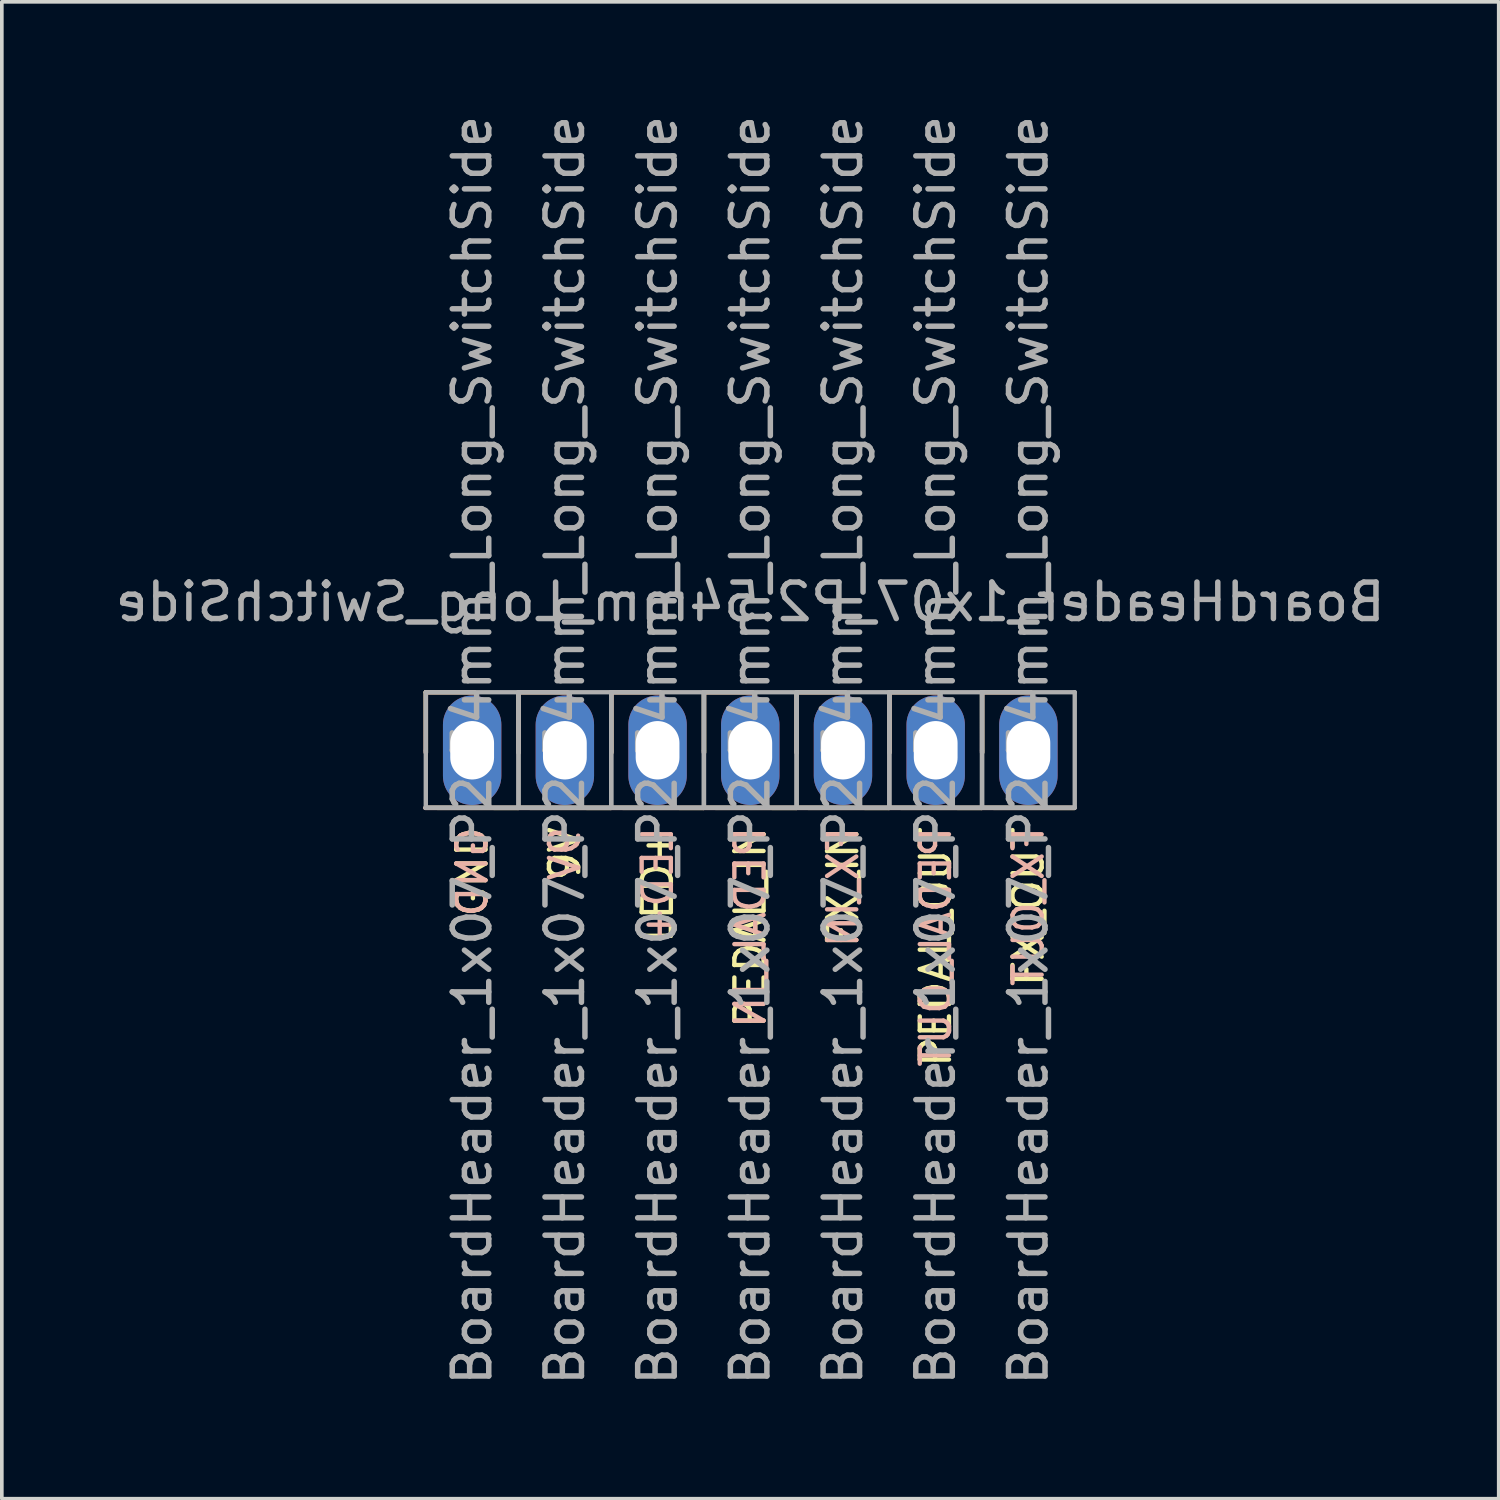
<source format=kicad_pcb>
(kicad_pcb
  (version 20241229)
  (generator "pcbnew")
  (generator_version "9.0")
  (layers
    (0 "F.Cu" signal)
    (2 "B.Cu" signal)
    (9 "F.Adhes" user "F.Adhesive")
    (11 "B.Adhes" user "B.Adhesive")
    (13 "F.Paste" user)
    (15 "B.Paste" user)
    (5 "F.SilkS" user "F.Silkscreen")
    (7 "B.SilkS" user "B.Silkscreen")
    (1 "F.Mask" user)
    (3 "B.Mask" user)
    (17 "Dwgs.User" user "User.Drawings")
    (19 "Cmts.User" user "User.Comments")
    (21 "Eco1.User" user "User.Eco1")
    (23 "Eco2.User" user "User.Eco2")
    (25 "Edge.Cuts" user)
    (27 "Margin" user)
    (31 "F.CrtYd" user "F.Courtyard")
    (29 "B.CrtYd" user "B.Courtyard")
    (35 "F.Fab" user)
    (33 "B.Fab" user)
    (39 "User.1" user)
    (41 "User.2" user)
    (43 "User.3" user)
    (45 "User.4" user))
  (footprint "BoardHeader_1x07_P2.54mm_Long_SwitchSide"
    (layer "F.Cu")
    (at 17.506 17.506)
    (property "Reference" "BoardHeader_1x07_P2.54mm_Long_SwitchSide" (at 0 -4.064 0) (layer "F.Fab") (effects (font (size 1 1) (thickness 0.15)) (justify mirror)))
    (attr through_hole)
    (fp_line (start -8.9 1.577) (end -6.36 1.58) (stroke (width 0.12) (type solid)) (layer "F.SilkS"))
    (fp_line (start -8.89 -1.59) (end -7.56 -1.59) (stroke (width 0.12) (type solid)) (layer "F.SilkS"))
    (fp_line (start -8.886 0.064) (end -8.89 -1.59) (stroke (width 0.12) (type solid)) (layer "F.SilkS"))
    (fp_line (start -6.36 1.577) (end -3.82 1.58) (stroke (width 0.12) (type solid)) (layer "F.SilkS"))
    (fp_line (start -6.35 -1.59) (end -5.02 -1.59) (stroke (width 0.12) (type solid)) (layer "F.SilkS"))
    (fp_line (start -6.346 0.064) (end -6.35 -1.59) (stroke (width 0.12) (type solid)) (layer "F.SilkS"))
    (fp_line (start -3.82 1.577) (end -1.28 1.58) (stroke (width 0.12) (type solid)) (layer "F.SilkS"))
    (fp_line (start -3.81 -1.59) (end -2.48 -1.59) (stroke (width 0.12) (type solid)) (layer "F.SilkS"))
    (fp_line (start -3.807 0.064) (end -3.81 -1.59) (stroke (width 0.12) (type solid)) (layer "F.SilkS"))
    (fp_line (start -1.28 1.577) (end 1.26 1.58) (stroke (width 0.12) (type solid)) (layer "F.SilkS"))
    (fp_line (start -1.27 -1.59) (end 0.06 -1.59) (stroke (width 0.12) (type solid)) (layer "F.SilkS"))
    (fp_line (start -1.266 0.064) (end -1.27 -1.59) (stroke (width 0.12) (type solid)) (layer "F.SilkS"))
    (fp_line (start 1.26 1.577) (end 3.8 1.58) (stroke (width 0.12) (type solid)) (layer "F.SilkS"))
    (fp_line (start 1.27 -1.59) (end 2.6 -1.59) (stroke (width 0.12) (type solid)) (layer "F.SilkS"))
    (fp_line (start 1.274 0.064) (end 1.27 -1.59) (stroke (width 0.12) (type solid)) (layer "F.SilkS"))
    (fp_line (start 3.8 1.577) (end 6.34 1.58) (stroke (width 0.12) (type solid)) (layer "F.SilkS"))
    (fp_line (start 3.81 -1.59) (end 5.14 -1.59) (stroke (width 0.12) (type solid)) (layer "F.SilkS"))
    (fp_line (start 3.813 0.064) (end 3.81 -1.59) (stroke (width 0.12) (type solid)) (layer "F.SilkS"))
    (fp_line (start 6.34 1.577) (end 8.88 1.58) (stroke (width 0.12) (type solid)) (layer "F.SilkS"))
    (fp_line (start 6.35 -1.59) (end 7.68 -1.59) (stroke (width 0.12) (type solid)) (layer "F.SilkS"))
    (fp_line (start 6.354 0.064) (end 6.35 -1.59) (stroke (width 0.12) (type solid)) (layer "F.SilkS"))
    (fp_line (start -8.9 1.58) (end -6.36 1.58) (stroke (width 0.12) (type solid)) (layer "B.SilkS"))
    (fp_line (start -8.89 0.064) (end -8.886 -1.59) (stroke (width 0.12) (type solid)) (layer "B.SilkS"))
    (fp_line (start -8.886 -1.59) (end -7.556 -1.59) (stroke (width 0.12) (type solid)) (layer "B.SilkS"))
    (fp_line (start -6.36 1.58) (end -3.82 1.58) (stroke (width 0.12) (type solid)) (layer "B.SilkS"))
    (fp_line (start -6.35 0.064) (end -6.346 -1.59) (stroke (width 0.12) (type solid)) (layer "B.SilkS"))
    (fp_line (start -6.346 -1.59) (end -5.016 -1.59) (stroke (width 0.12) (type solid)) (layer "B.SilkS"))
    (fp_line (start -3.82 1.58) (end -1.28 1.58) (stroke (width 0.12) (type solid)) (layer "B.SilkS"))
    (fp_line (start -3.81 0.064) (end -3.807 -1.59) (stroke (width 0.12) (type solid)) (layer "B.SilkS"))
    (fp_line (start -3.807 -1.59) (end -2.477 -1.59) (stroke (width 0.12) (type solid)) (layer "B.SilkS"))
    (fp_line (start -1.28 1.58) (end 1.26 1.58) (stroke (width 0.12) (type solid)) (layer "B.SilkS"))
    (fp_line (start -1.27 0.064) (end -1.266 -1.59) (stroke (width 0.12) (type solid)) (layer "B.SilkS"))
    (fp_line (start -1.266 -1.59) (end 0.064 -1.59) (stroke (width 0.12) (type solid)) (layer "B.SilkS"))
    (fp_line (start 1.26 1.58) (end 3.8 1.58) (stroke (width 0.12) (type solid)) (layer "B.SilkS"))
    (fp_line (start 1.27 0.064) (end 1.274 -1.59) (stroke (width 0.12) (type solid)) (layer "B.SilkS"))
    (fp_line (start 1.274 -1.59) (end 2.603 -1.59) (stroke (width 0.12) (type solid)) (layer "B.SilkS"))
    (fp_line (start 3.8 1.58) (end 6.34 1.58) (stroke (width 0.12) (type solid)) (layer "B.SilkS"))
    (fp_line (start 3.81 0.064) (end 3.813 -1.59) (stroke (width 0.12) (type solid)) (layer "B.SilkS"))
    (fp_line (start 3.813 -1.59) (end 5.144 -1.59) (stroke (width 0.12) (type solid)) (layer "B.SilkS"))
    (fp_line (start 6.34 1.58) (end 8.88 1.58) (stroke (width 0.12) (type solid)) (layer "B.SilkS"))
    (fp_line (start 6.35 0.064) (end 6.354 -1.59) (stroke (width 0.12) (type solid)) (layer "B.SilkS"))
    (fp_line (start 6.354 -1.59) (end 7.684 -1.59) (stroke (width 0.12) (type solid)) (layer "B.SilkS"))
    (fp_line (start -8.89 -1.59) (end -6.35 -1.59) (stroke (width 0.12) (type solid)) (layer "F.Fab"))
    (fp_line (start -8.89 0.01) (end -8.89 -1.59) (stroke (width 0.12) (type solid)) (layer "F.Fab"))
    (fp_line (start -8.89 1.57) (end -8.89 0.01) (stroke (width 0.12) (type solid)) (layer "F.Fab"))
    (fp_line (start -6.36 1.58) (end -8.9 1.58) (stroke (width 0.1) (type solid)) (layer "F.Fab"))
    (fp_line (start -6.35 -1.59) (end -6.35 1.57) (stroke (width 0.12) (type solid)) (layer "F.Fab"))
    (fp_line (start -6.35 -1.59) (end -3.81 -1.59) (stroke (width 0.12) (type solid)) (layer "F.Fab"))
    (fp_line (start -6.35 0.01) (end -6.35 -1.59) (stroke (width 0.12) (type solid)) (layer "F.Fab"))
    (fp_line (start -6.35 1.57) (end -8.89 1.57) (stroke (width 0.12) (type solid)) (layer "F.Fab"))
    (fp_line (start -6.35 1.57) (end -6.35 0.01) (stroke (width 0.12) (type solid)) (layer "F.Fab"))
    (fp_line (start -3.82 1.58) (end -6.36 1.58) (stroke (width 0.1) (type solid)) (layer "F.Fab"))
    (fp_line (start -3.81 -1.59) (end -3.81 1.57) (stroke (width 0.12) (type solid)) (layer "F.Fab"))
    (fp_line (start -3.81 -1.59) (end -1.27 -1.59) (stroke (width 0.12) (type solid)) (layer "F.Fab"))
    (fp_line (start -3.81 0.01) (end -3.81 -1.59) (stroke (width 0.12) (type solid)) (layer "F.Fab"))
    (fp_line (start -3.81 1.57) (end -6.35 1.57) (stroke (width 0.12) (type solid)) (layer "F.Fab"))
    (fp_line (start -3.81 1.57) (end -3.81 0.01) (stroke (width 0.12) (type solid)) (layer "F.Fab"))
    (fp_line (start -1.28 1.58) (end -3.82 1.58) (stroke (width 0.1) (type solid)) (layer "F.Fab"))
    (fp_line (start -1.27 -1.59) (end -1.27 1.57) (stroke (width 0.12) (type solid)) (layer "F.Fab"))
    (fp_line (start -1.27 -1.59) (end 1.27 -1.59) (stroke (width 0.12) (type solid)) (layer "F.Fab"))
    (fp_line (start -1.27 0.01) (end -1.27 -1.59) (stroke (width 0.12) (type solid)) (layer "F.Fab"))
    (fp_line (start -1.27 1.57) (end -3.81 1.57) (stroke (width 0.12) (type solid)) (layer "F.Fab"))
    (fp_line (start -1.27 1.57) (end -1.27 0.01) (stroke (width 0.12) (type solid)) (layer "F.Fab"))
    (fp_line (start 1.26 1.58) (end -1.28 1.58) (stroke (width 0.1) (type solid)) (layer "F.Fab"))
    (fp_line (start 1.27 -1.59) (end 1.27 1.57) (stroke (width 0.12) (type solid)) (layer "F.Fab"))
    (fp_line (start 1.27 -1.59) (end 3.81 -1.59) (stroke (width 0.12) (type solid)) (layer "F.Fab"))
    (fp_line (start 1.27 0.01) (end 1.27 -1.59) (stroke (width 0.12) (type solid)) (layer "F.Fab"))
    (fp_line (start 1.27 1.57) (end -1.27 1.57) (stroke (width 0.12) (type solid)) (layer "F.Fab"))
    (fp_line (start 1.27 1.57) (end 1.27 0.01) (stroke (width 0.12) (type solid)) (layer "F.Fab"))
    (fp_line (start 3.8 1.58) (end 1.26 1.58) (stroke (width 0.1) (type solid)) (layer "F.Fab"))
    (fp_line (start 3.81 -1.59) (end 3.81 1.57) (stroke (width 0.12) (type solid)) (layer "F.Fab"))
    (fp_line (start 3.81 -1.59) (end 6.35 -1.59) (stroke (width 0.12) (type solid)) (layer "F.Fab"))
    (fp_line (start 3.81 0.01) (end 3.81 -1.59) (stroke (width 0.12) (type solid)) (layer "F.Fab"))
    (fp_line (start 3.81 1.57) (end 1.27 1.57) (stroke (width 0.12) (type solid)) (layer "F.Fab"))
    (fp_line (start 3.81 1.57) (end 3.81 0.01) (stroke (width 0.12) (type solid)) (layer "F.Fab"))
    (fp_line (start 6.34 1.58) (end 3.8 1.58) (stroke (width 0.1) (type solid)) (layer "F.Fab"))
    (fp_line (start 6.35 -1.59) (end 6.35 1.57) (stroke (width 0.12) (type solid)) (layer "F.Fab"))
    (fp_line (start 6.35 -1.59) (end 8.89 -1.59) (stroke (width 0.12) (type solid)) (layer "F.Fab"))
    (fp_line (start 6.35 0.01) (end 6.35 -1.59) (stroke (width 0.12) (type solid)) (layer "F.Fab"))
    (fp_line (start 6.35 1.57) (end 3.81 1.57) (stroke (width 0.12) (type solid)) (layer "F.Fab"))
    (fp_line (start 6.35 1.57) (end 6.35 0.01) (stroke (width 0.12) (type solid)) (layer "F.Fab"))
    (fp_line (start 8.88 1.58) (end 6.34 1.58) (stroke (width 0.1) (type solid)) (layer "F.Fab"))
    (fp_line (start 8.89 -1.59) (end 8.89 1.57) (stroke (width 0.12) (type solid)) (layer "F.Fab"))
    (fp_line (start 8.89 1.57) (end 6.35 1.57) (stroke (width 0.12) (type solid)) (layer "F.Fab"))
    (fp_text user "LED+" (at -2.54 2.032 90) (layer "F.SilkS") (effects (font (size 0.8 0.8) (thickness 0.12)) (justify right)))
    (fp_text user "9V" (at -5.08 2.032 90) (layer "F.SilkS") (effects (font (size 0.8 0.8) (thickness 0.12)) (justify right)))
    (fp_text user "PEDAL_IN" (at 0 2.032 90) (layer "F.SilkS") (effects (font (size 0.8 0.8) (thickness 0.12)) (justify right)))
    (fp_text user "FX_IN" (at 2.54 2.032 90) (layer "F.SilkS") (effects (font (size 0.8 0.8) (thickness 0.12)) (justify right)))
    (fp_text user "FX_OUT" (at 7.62 2.032 90) (layer "F.SilkS") (effects (font (size 0.8 0.8) (thickness 0.12)) (justify right)))
    (fp_text user "PEDAL_OUT" (at 5.08 2.032 90) (layer "F.SilkS") (effects (font (size 0.8 0.8) (thickness 0.12)) (justify right)))
    (fp_text user "GND" (at -7.62 2.032 90) (layer "F.SilkS") (effects (font (size 0.8 0.8) (thickness 0.12)) (justify right)))
    (fp_text user "FX_IN" (at 2.54 2.032 90) (layer "B.SilkS") (effects (font (size 0.8 0.8) (thickness 0.12)) (justify left mirror)))
    (fp_text user "9V" (at -5.08 2.032 90) (layer "B.SilkS") (effects (font (size 0.8 0.8) (thickness 0.12)) (justify left mirror)))
    (fp_text user "LED+" (at -2.54 2.032 90) (layer "B.SilkS") (effects (font (size 0.8 0.8) (thickness 0.12)) (justify left mirror)))
    (fp_text user "PEDAL_OUT" (at 5.08 2.032 90) (layer "B.SilkS") (effects (font (size 0.8 0.8) (thickness 0.12)) (justify left mirror)))
    (fp_text user "FX_OUT" (at 7.62 2.032 90) (layer "B.SilkS") (effects (font (size 0.8 0.8) (thickness 0.12)) (justify left mirror)))
    (fp_text user "PEDAL_IN" (at 0 2.032 90) (layer "B.SilkS") (effects (font (size 0.8 0.8) (thickness 0.12)) (justify left mirror)))
    (fp_text user "GND" (at -7.62 2.032 90) (layer "B.SilkS") (effects (font (size 0.8 0.8) (thickness 0.12)) (justify left mirror)))
    (fp_text user "${REFERENCE}" (at 2.54 0 90) (layer "F.Fab") (effects (font (size 1 1) (thickness 0.15))))
    (fp_text user "${REFERENCE}" (at 7.62 0 90) (layer "F.Fab") (effects (font (size 1 1) (thickness 0.15))))
    (fp_text user "${REFERENCE}" (at 0 0 90) (layer "F.Fab") (effects (font (size 1 1) (thickness 0.15))))
    (fp_text user "${REFERENCE}" (at -2.54 0 90) (layer "F.Fab") (effects (font (size 1 1) (thickness 0.15))))
    (fp_text user "${REFERENCE}" (at -5.08 0 90) (layer "F.Fab") (effects (font (size 1 1) (thickness 0.15))))
    (fp_text user "${REFERENCE}" (at 5.08 0 90) (layer "F.Fab") (effects (font (size 1 1) (thickness 0.15))))
    (fp_text user "${REFERENCE}" (at -7.62 0 90) (layer "F.Fab") (effects (font (size 1 1) (thickness 0.15))))
    (pad "1" thru_hole oval (at -7.62 0) (size 1.6 3) (drill oval 1.2 1.6) (layers "*.Cu" "*.Mask"))
    (pad "2" thru_hole oval (at -5.08 0) (size 1.6 3) (drill oval 1.2 1.6) (layers "*.Cu" "*.Mask"))
    (pad "3" thru_hole oval (at -2.54 0) (size 1.6 3) (drill oval 1.2 1.6) (layers "*.Cu" "*.Mask"))
    (pad "4" thru_hole oval (at 0 0) (size 1.6 3) (drill oval 1.2 1.6) (layers "*.Cu" "*.Mask"))
    (pad "5" thru_hole oval (at 2.54 0) (size 1.6 3) (drill oval 1.2 1.6) (layers "*.Cu" "*.Mask"))
    (pad "6" thru_hole oval (at 5.08 0) (size 1.6 3) (drill oval 1.2 1.6) (layers "*.Cu" "*.Mask"))
    (pad "7" thru_hole oval (at 7.62 0) (size 1.6 3) (drill oval 1.2 1.6) (layers "*.Cu" "*.Mask")))
  (gr_rect
    (start -3 -3)
    (end 38.012 38.012)
    (stroke (width 0.1) (type default))
    (fill no)
    (layer "Edge.Cuts")))
</source>
